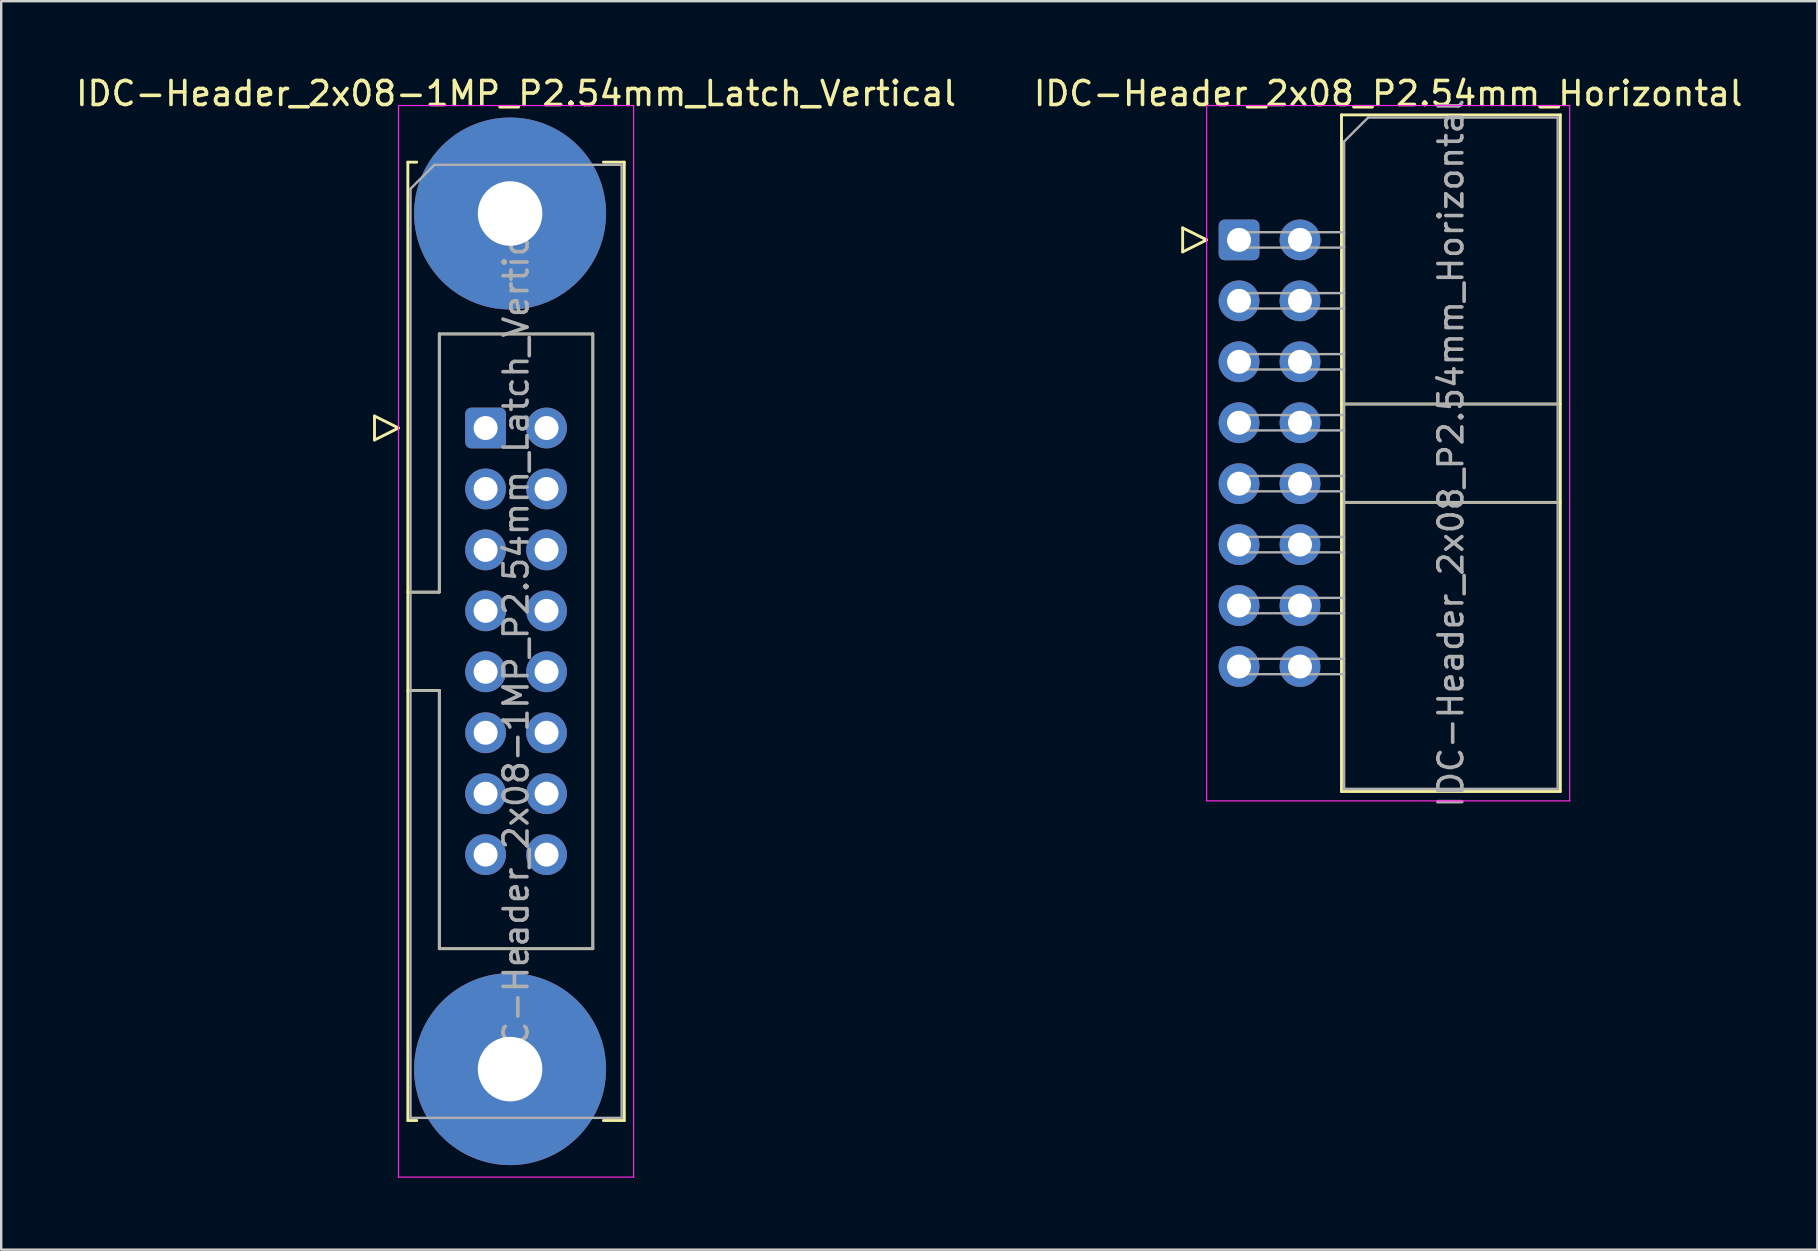
<source format=kicad_pcb>
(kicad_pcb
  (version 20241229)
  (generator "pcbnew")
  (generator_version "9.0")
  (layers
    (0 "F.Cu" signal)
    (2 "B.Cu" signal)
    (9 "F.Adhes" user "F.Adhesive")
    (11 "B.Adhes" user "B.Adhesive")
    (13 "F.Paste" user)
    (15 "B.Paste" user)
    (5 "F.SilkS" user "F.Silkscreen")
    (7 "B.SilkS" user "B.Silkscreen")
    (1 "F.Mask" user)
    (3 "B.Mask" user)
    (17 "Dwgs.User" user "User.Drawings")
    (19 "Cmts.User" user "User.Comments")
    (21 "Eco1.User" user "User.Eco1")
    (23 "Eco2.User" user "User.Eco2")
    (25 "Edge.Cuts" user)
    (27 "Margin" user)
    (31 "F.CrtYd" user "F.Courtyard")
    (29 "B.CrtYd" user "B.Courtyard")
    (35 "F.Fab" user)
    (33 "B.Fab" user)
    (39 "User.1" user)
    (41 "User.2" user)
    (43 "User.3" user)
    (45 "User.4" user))
  (footprint "IDC-Header_2x08-1MP_P2.54mm_Latch_Vertical"
    (layer "F.Cu")
    (at 17.188 14.788)
    (property "Reference" "IDC-Header_2x08-1MP_P2.54mm_Latch_Vertical" (at 1.27 -13.94 0) (layer "F.SilkS") (effects (font (size 1 1) (thickness 0.15))))
    (attr through_hole)
    (fp_line (start -4.63 -0.5) (end -4.63 0.5) (stroke (width 0.12) (type solid)) (layer "F.SilkS"))
    (fp_line (start -4.63 0.5) (end -3.63 0) (stroke (width 0.12) (type solid)) (layer "F.SilkS"))
    (fp_line (start -3.63 0) (end -4.63 -0.5) (stroke (width 0.12) (type solid)) (layer "F.SilkS"))
    (fp_line (start -3.24 -11.08) (end -3.24 28.86) (stroke (width 0.12) (type solid)) (layer "F.SilkS"))
    (fp_line (start -3.24 6.84) (end -1.93 6.84) (stroke (width 0.12) (type solid)) (layer "F.SilkS"))
    (fp_line (start -3.24 28.86) (end -2.87 28.86) (stroke (width 0.12) (type solid)) (layer "F.SilkS"))
    (fp_line (start -2.87 -11.08) (end -3.24 -11.08) (stroke (width 0.12) (type solid)) (layer "F.SilkS"))
    (fp_line (start -1.93 -3.92) (end 4.47 -3.92) (stroke (width 0.12) (type solid)) (layer "F.SilkS"))
    (fp_line (start -1.93 6.84) (end -1.93 -3.92) (stroke (width 0.12) (type solid)) (layer "F.SilkS"))
    (fp_line (start -1.93 10.94) (end -3.24 10.94) (stroke (width 0.12) (type solid)) (layer "F.SilkS"))
    (fp_line (start -1.93 10.94) (end -1.93 10.94) (stroke (width 0.12) (type solid)) (layer "F.SilkS"))
    (fp_line (start -1.93 21.7) (end -1.93 10.94) (stroke (width 0.12) (type solid)) (layer "F.SilkS"))
    (fp_line (start 4.47 -3.92) (end 4.47 21.7) (stroke (width 0.12) (type solid)) (layer "F.SilkS"))
    (fp_line (start 4.47 21.7) (end -1.93 21.7) (stroke (width 0.12) (type solid)) (layer "F.SilkS"))
    (fp_line (start 4.91 -11.08) (end 5.78 -11.08) (stroke (width 0.12) (type solid)) (layer "F.SilkS"))
    (fp_line (start 5.78 -11.08) (end 5.78 28.86) (stroke (width 0.12) (type solid)) (layer "F.SilkS"))
    (fp_line (start 5.78 28.86) (end 4.91 28.86) (stroke (width 0.12) (type solid)) (layer "F.SilkS"))
    (fp_line (start -3.63 -13.44) (end -3.63 31.22) (stroke (width 0.05) (type solid)) (layer "F.CrtYd"))
    (fp_line (start -3.63 31.22) (end 6.17 31.22) (stroke (width 0.05) (type solid)) (layer "F.CrtYd"))
    (fp_line (start 6.17 -13.44) (end -3.63 -13.44) (stroke (width 0.05) (type solid)) (layer "F.CrtYd"))
    (fp_line (start 6.17 31.22) (end 6.17 -13.44) (stroke (width 0.05) (type solid)) (layer "F.CrtYd"))
    (fp_line (start -3.13 -9.97) (end -2.13 -10.97) (stroke (width 0.1) (type solid)) (layer "F.Fab"))
    (fp_line (start -3.13 6.84) (end -1.93 6.84) (stroke (width 0.1) (type solid)) (layer "F.Fab"))
    (fp_line (start -3.13 28.75) (end -3.13 -9.97) (stroke (width 0.1) (type solid)) (layer "F.Fab"))
    (fp_line (start -2.13 -10.97) (end 5.67 -10.97) (stroke (width 0.1) (type solid)) (layer "F.Fab"))
    (fp_line (start -1.93 -3.92) (end 4.47 -3.92) (stroke (width 0.1) (type solid)) (layer "F.Fab"))
    (fp_line (start -1.93 6.84) (end -1.93 -3.92) (stroke (width 0.1) (type solid)) (layer "F.Fab"))
    (fp_line (start -1.93 10.94) (end -3.13 10.94) (stroke (width 0.1) (type solid)) (layer "F.Fab"))
    (fp_line (start -1.93 10.94) (end -1.93 10.94) (stroke (width 0.1) (type solid)) (layer "F.Fab"))
    (fp_line (start -1.93 21.7) (end -1.93 10.94) (stroke (width 0.1) (type solid)) (layer "F.Fab"))
    (fp_line (start 4.47 -3.92) (end 4.47 21.7) (stroke (width 0.1) (type solid)) (layer "F.Fab"))
    (fp_line (start 4.47 21.7) (end -1.93 21.7) (stroke (width 0.1) (type solid)) (layer "F.Fab"))
    (fp_line (start 5.67 -10.97) (end 5.67 28.75) (stroke (width 0.1) (type solid)) (layer "F.Fab"))
    (fp_line (start 5.67 28.75) (end -3.13 28.75) (stroke (width 0.1) (type solid)) (layer "F.Fab"))
    (fp_text user "${REFERENCE}" (at 1.27 8.89 90) (layer "F.Fab") (effects (font (size 1 1) (thickness 0.15))))
    (pad "1" thru_hole roundrect (at 0 0) (size 1.7 1.7) (drill 1) (layers "*.Cu" "*.Mask") (roundrect_rratio 0.147))
    (pad "2" thru_hole circle (at 2.54 0) (size 1.7 1.7) (drill 1) (layers "*.Cu" "*.Mask"))
    (pad "3" thru_hole circle (at 0 2.54) (size 1.7 1.7) (drill 1) (layers "*.Cu" "*.Mask"))
    (pad "4" thru_hole circle (at 2.54 2.54) (size 1.7 1.7) (drill 1) (layers "*.Cu" "*.Mask"))
    (pad "5" thru_hole circle (at 0 5.08) (size 1.7 1.7) (drill 1) (layers "*.Cu" "*.Mask"))
    (pad "6" thru_hole circle (at 2.54 5.08) (size 1.7 1.7) (drill 1) (layers "*.Cu" "*.Mask"))
    (pad "7" thru_hole circle (at 0 7.62) (size 1.7 1.7) (drill 1) (layers "*.Cu" "*.Mask"))
    (pad "8" thru_hole circle (at 2.54 7.62) (size 1.7 1.7) (drill 1) (layers "*.Cu" "*.Mask"))
    (pad "9" thru_hole circle (at 0 10.16) (size 1.7 1.7) (drill 1) (layers "*.Cu" "*.Mask"))
    (pad "10" thru_hole circle (at 2.54 10.16) (size 1.7 1.7) (drill 1) (layers "*.Cu" "*.Mask"))
    (pad "11" thru_hole circle (at 0 12.7) (size 1.7 1.7) (drill 1) (layers "*.Cu" "*.Mask"))
    (pad "12" thru_hole circle (at 2.54 12.7) (size 1.7 1.7) (drill 1) (layers "*.Cu" "*.Mask"))
    (pad "13" thru_hole circle (at 0 15.24) (size 1.7 1.7) (drill 1) (layers "*.Cu" "*.Mask"))
    (pad "14" thru_hole circle (at 2.54 15.24) (size 1.7 1.7) (drill 1) (layers "*.Cu" "*.Mask"))
    (pad "15" thru_hole circle (at 0 17.78) (size 1.7 1.7) (drill 1) (layers "*.Cu" "*.Mask"))
    (pad "16" thru_hole circle (at 2.54 17.78) (size 1.7 1.7) (drill 1) (layers "*.Cu" "*.Mask"))
    (pad "MP" thru_hole circle (at 1.02 -8.94) (size 8 8) (drill 2.69) (layers "*.Cu" "*.Mask"))
    (pad "MP" thru_hole circle (at 1.02 26.72) (size 8 8) (drill 2.69) (layers "*.Cu" "*.Mask")))
  (footprint "IDC-Header_2x08_P2.54mm_Horizontal"
    (layer "F.Cu")
    (at 48.589 6.948)
    (property "Reference" "IDC-Header_2x08_P2.54mm_Horizontal" (at 6.215 -6.1 0) (layer "F.SilkS") (effects (font (size 1 1) (thickness 0.15))))
    (attr through_hole)
    (fp_line (start -2.35 -0.5) (end -2.35 0.5) (stroke (width 0.12) (type solid)) (layer "F.SilkS"))
    (fp_line (start -2.35 0.5) (end -1.35 0) (stroke (width 0.12) (type solid)) (layer "F.SilkS"))
    (fp_line (start -1.35 0) (end -2.35 -0.5) (stroke (width 0.12) (type solid)) (layer "F.SilkS"))
    (fp_line (start 4.27 -5.21) (end 13.39 -5.21) (stroke (width 0.12) (type solid)) (layer "F.SilkS"))
    (fp_line (start 4.27 6.84) (end 13.39 6.84) (stroke (width 0.12) (type solid)) (layer "F.SilkS"))
    (fp_line (start 4.27 10.94) (end 13.39 10.94) (stroke (width 0.12) (type solid)) (layer "F.SilkS"))
    (fp_line (start 4.27 22.99) (end 4.27 -5.21) (stroke (width 0.12) (type solid)) (layer "F.SilkS"))
    (fp_line (start 13.39 -5.21) (end 13.39 22.99) (stroke (width 0.12) (type solid)) (layer "F.SilkS"))
    (fp_line (start 13.39 22.99) (end 4.27 22.99) (stroke (width 0.12) (type solid)) (layer "F.SilkS"))
    (fp_line (start -1.35 -5.6) (end -1.35 23.38) (stroke (width 0.05) (type solid)) (layer "F.CrtYd"))
    (fp_line (start -1.35 23.38) (end 13.78 23.38) (stroke (width 0.05) (type solid)) (layer "F.CrtYd"))
    (fp_line (start 13.78 -5.6) (end -1.35 -5.6) (stroke (width 0.05) (type solid)) (layer "F.CrtYd"))
    (fp_line (start 13.78 23.38) (end 13.78 -5.6) (stroke (width 0.05) (type solid)) (layer "F.CrtYd"))
    (fp_line (start -0.32 -0.32) (end -0.32 0.32) (stroke (width 0.1) (type solid)) (layer "F.Fab"))
    (fp_line (start -0.32 0.32) (end 4.38 0.32) (stroke (width 0.1) (type solid)) (layer "F.Fab"))
    (fp_line (start -0.32 2.22) (end -0.32 2.86) (stroke (width 0.1) (type solid)) (layer "F.Fab"))
    (fp_line (start -0.32 2.86) (end 4.38 2.86) (stroke (width 0.1) (type solid)) (layer "F.Fab"))
    (fp_line (start -0.32 4.76) (end -0.32 5.4) (stroke (width 0.1) (type solid)) (layer "F.Fab"))
    (fp_line (start -0.32 5.4) (end 4.38 5.4) (stroke (width 0.1) (type solid)) (layer "F.Fab"))
    (fp_line (start -0.32 7.3) (end -0.32 7.94) (stroke (width 0.1) (type solid)) (layer "F.Fab"))
    (fp_line (start -0.32 7.94) (end 4.38 7.94) (stroke (width 0.1) (type solid)) (layer "F.Fab"))
    (fp_line (start -0.32 9.84) (end -0.32 10.48) (stroke (width 0.1) (type solid)) (layer "F.Fab"))
    (fp_line (start -0.32 10.48) (end 4.38 10.48) (stroke (width 0.1) (type solid)) (layer "F.Fab"))
    (fp_line (start -0.32 12.38) (end -0.32 13.02) (stroke (width 0.1) (type solid)) (layer "F.Fab"))
    (fp_line (start -0.32 13.02) (end 4.38 13.02) (stroke (width 0.1) (type solid)) (layer "F.Fab"))
    (fp_line (start -0.32 14.92) (end -0.32 15.56) (stroke (width 0.1) (type solid)) (layer "F.Fab"))
    (fp_line (start -0.32 15.56) (end 4.38 15.56) (stroke (width 0.1) (type solid)) (layer "F.Fab"))
    (fp_line (start -0.32 17.46) (end -0.32 18.1) (stroke (width 0.1) (type solid)) (layer "F.Fab"))
    (fp_line (start -0.32 18.1) (end 4.38 18.1) (stroke (width 0.1) (type solid)) (layer "F.Fab"))
    (fp_line (start 4.38 -4.1) (end 5.38 -5.1) (stroke (width 0.1) (type solid)) (layer "F.Fab"))
    (fp_line (start 4.38 -0.32) (end -0.32 -0.32) (stroke (width 0.1) (type solid)) (layer "F.Fab"))
    (fp_line (start 4.38 2.22) (end -0.32 2.22) (stroke (width 0.1) (type solid)) (layer "F.Fab"))
    (fp_line (start 4.38 4.76) (end -0.32 4.76) (stroke (width 0.1) (type solid)) (layer "F.Fab"))
    (fp_line (start 4.38 6.84) (end 13.28 6.84) (stroke (width 0.1) (type solid)) (layer "F.Fab"))
    (fp_line (start 4.38 7.3) (end -0.32 7.3) (stroke (width 0.1) (type solid)) (layer "F.Fab"))
    (fp_line (start 4.38 9.84) (end -0.32 9.84) (stroke (width 0.1) (type solid)) (layer "F.Fab"))
    (fp_line (start 4.38 10.94) (end 13.28 10.94) (stroke (width 0.1) (type solid)) (layer "F.Fab"))
    (fp_line (start 4.38 12.38) (end -0.32 12.38) (stroke (width 0.1) (type solid)) (layer "F.Fab"))
    (fp_line (start 4.38 14.92) (end -0.32 14.92) (stroke (width 0.1) (type solid)) (layer "F.Fab"))
    (fp_line (start 4.38 17.46) (end -0.32 17.46) (stroke (width 0.1) (type solid)) (layer "F.Fab"))
    (fp_line (start 4.38 22.88) (end 4.38 -4.1) (stroke (width 0.1) (type solid)) (layer "F.Fab"))
    (fp_line (start 5.38 -5.1) (end 13.28 -5.1) (stroke (width 0.1) (type solid)) (layer "F.Fab"))
    (fp_line (start 13.28 -5.1) (end 13.28 22.88) (stroke (width 0.1) (type solid)) (layer "F.Fab"))
    (fp_line (start 13.28 22.88) (end 4.38 22.88) (stroke (width 0.1) (type solid)) (layer "F.Fab"))
    (fp_text user "${REFERENCE}" (at 8.83 8.89 90) (layer "F.Fab") (effects (font (size 1 1) (thickness 0.15))))
    (pad "1" thru_hole roundrect (at 0 0) (size 1.7 1.7) (drill 1) (layers "*.Cu" "*.Mask") (roundrect_rratio 0.147))
    (pad "2" thru_hole circle (at 2.54 0) (size 1.7 1.7) (drill 1) (layers "*.Cu" "*.Mask"))
    (pad "3" thru_hole circle (at 0 2.54) (size 1.7 1.7) (drill 1) (layers "*.Cu" "*.Mask"))
    (pad "4" thru_hole circle (at 2.54 2.54) (size 1.7 1.7) (drill 1) (layers "*.Cu" "*.Mask"))
    (pad "5" thru_hole circle (at 0 5.08) (size 1.7 1.7) (drill 1) (layers "*.Cu" "*.Mask"))
    (pad "6" thru_hole circle (at 2.54 5.08) (size 1.7 1.7) (drill 1) (layers "*.Cu" "*.Mask"))
    (pad "7" thru_hole circle (at 0 7.62) (size 1.7 1.7) (drill 1) (layers "*.Cu" "*.Mask"))
    (pad "8" thru_hole circle (at 2.54 7.62) (size 1.7 1.7) (drill 1) (layers "*.Cu" "*.Mask"))
    (pad "9" thru_hole circle (at 0 10.16) (size 1.7 1.7) (drill 1) (layers "*.Cu" "*.Mask"))
    (pad "10" thru_hole circle (at 2.54 10.16) (size 1.7 1.7) (drill 1) (layers "*.Cu" "*.Mask"))
    (pad "11" thru_hole circle (at 0 12.7) (size 1.7 1.7) (drill 1) (layers "*.Cu" "*.Mask"))
    (pad "12" thru_hole circle (at 2.54 12.7) (size 1.7 1.7) (drill 1) (layers "*.Cu" "*.Mask"))
    (pad "13" thru_hole circle (at 0 15.24) (size 1.7 1.7) (drill 1) (layers "*.Cu" "*.Mask"))
    (pad "14" thru_hole circle (at 2.54 15.24) (size 1.7 1.7) (drill 1) (layers "*.Cu" "*.Mask"))
    (pad "15" thru_hole circle (at 0 17.78) (size 1.7 1.7) (drill 1) (layers "*.Cu" "*.Mask"))
    (pad "16" thru_hole circle (at 2.54 17.78) (size 1.7 1.7) (drill 1) (layers "*.Cu" "*.Mask")))
  (gr_rect
    (start -3 -3)
    (end 72.69 49.033)
    (stroke (width 0.1) (type default))
    (fill no)
    (layer "Edge.Cuts")))
</source>
